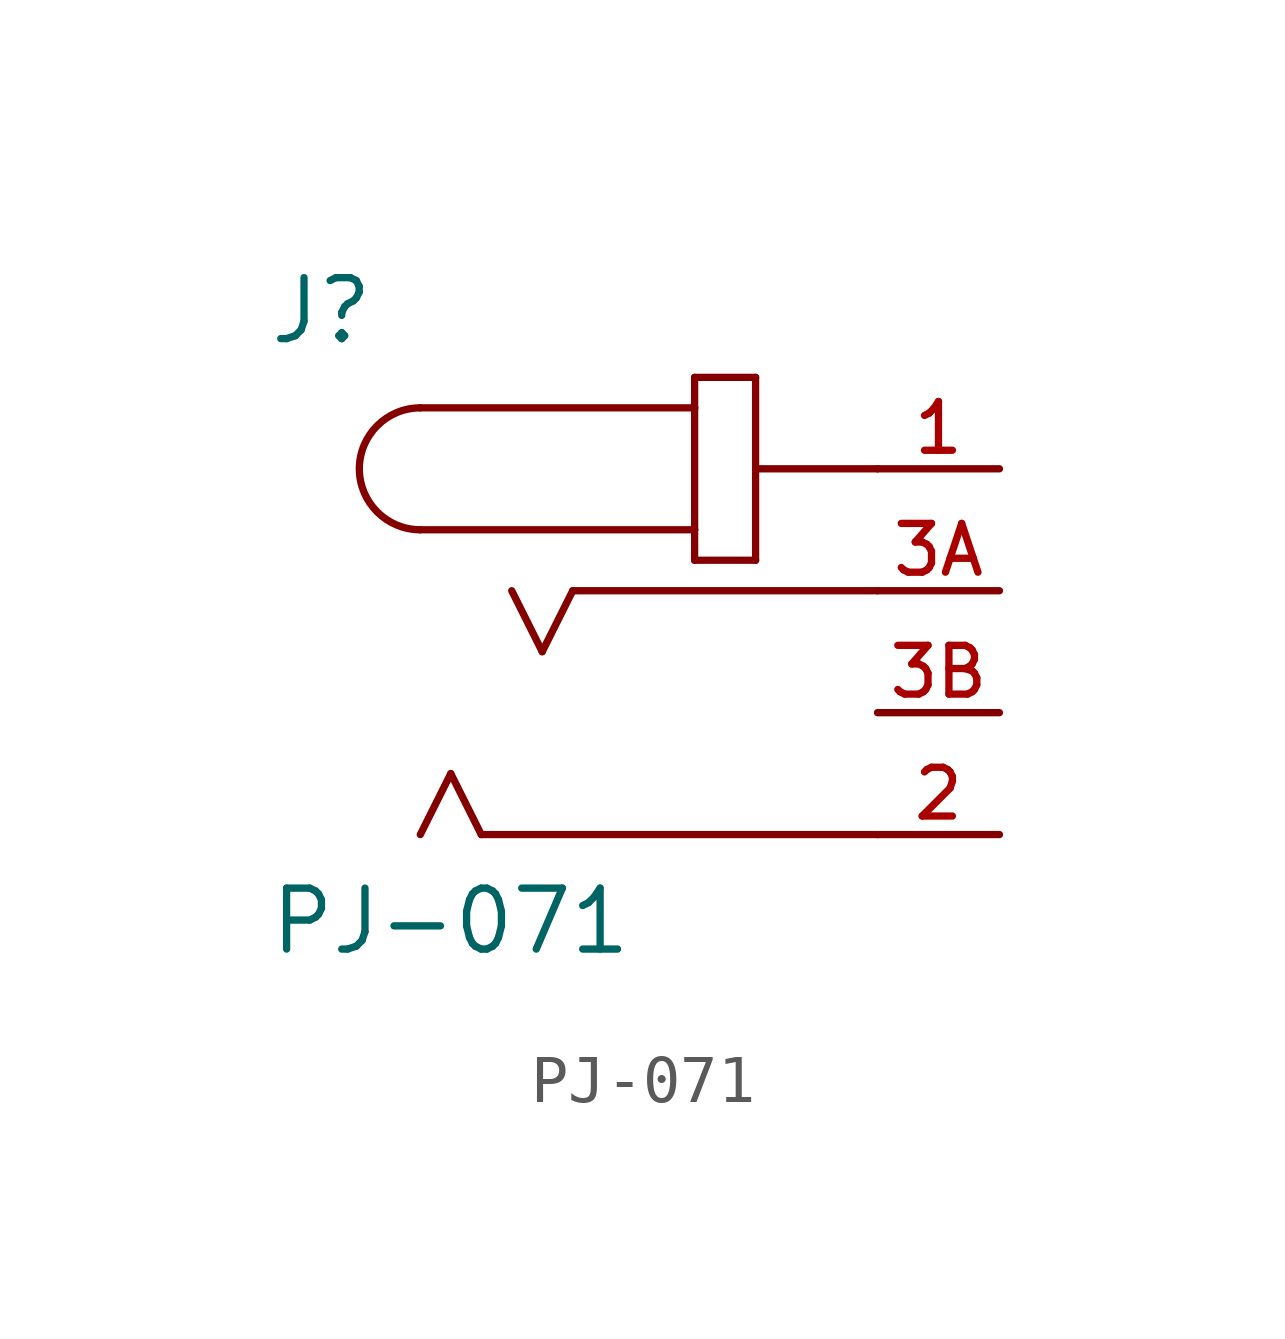
<source format=kicad_sym>
(kicad_symbol_lib
  (version 20211014)
  (generator kicad_symbol_editor)
  (symbol "PJ-071"
    (pin_names
      (offset 1.016))
    (property "Reference" "J"
      (at -7.633 5.089 0)
      (effects (font (size 1.27 1.27)) (justify bottom left)))
    (property "Value" "PJ-071"
      (at -7.633 -7.629 0)
      (effects (font (size 1.27 1.27)) (justify bottom left)))
    (symbol "PJ-071_0_0"
      (arc (start -4.445 3.81) (mid -5.715 2.54) (end -4.445 1.27) (stroke (width 0.1524) (type default) (color 0 0 0 0)) (fill (type none)))
      (polyline (pts (xy -4.445 3.81) (xy 1.27 3.81)) (stroke (width 0.152)))
      (polyline (pts (xy 1.27 3.81) (xy 1.27 1.27)) (stroke (width 0.152)))
      (polyline (pts (xy 1.27 1.27) (xy -4.445 1.27)) (stroke (width 0.152)))
      (polyline (pts (xy 1.27 1.27) (xy 1.27 0.635)) (stroke (width 0.152)))
      (polyline (pts (xy 1.27 0.635) (xy 2.54 0.635)) (stroke (width 0.152)))
      (polyline (pts (xy 2.54 0.635) (xy 2.54 2.54)) (stroke (width 0.152)))
      (polyline (pts (xy 2.54 2.54) (xy 2.54 4.445)) (stroke (width 0.152)))
      (polyline (pts (xy 2.54 4.445) (xy 1.27 4.445)) (stroke (width 0.152)))
      (polyline (pts (xy 1.27 4.445) (xy 1.27 3.81)) (stroke (width 0.152)))
      (polyline (pts (xy -3.175 -5.08) (xy -3.81 -3.81)) (stroke (width 0.152)))
      (polyline (pts (xy -3.81 -3.81) (xy -4.445 -5.08)) (stroke (width 0.152)))
      (polyline (pts (xy 5.08 -5.08) (xy -3.175 -5.08)) (stroke (width 0.152)))
      (polyline (pts (xy 5.08 0.0) (xy -1.27 0.0)) (stroke (width 0.152)))
      (polyline (pts (xy -1.905 -1.27) (xy -2.54 0.0)) (stroke (width 0.152)))
      (polyline (pts (xy -1.27 0.0) (xy -1.905 -1.27)) (stroke (width 0.152)))
      (polyline (pts (xy 2.54 2.54) (xy 5.08 2.54)) (stroke (width 0.152)))
      (pin passive line (at 7.62 2.54 180.0) (length 2.54) (name "~" (effects (font (size 1.016 1.016)))) (number "1" (effects (font (size 1.016 1.016)))))
      (pin passive line (at 7.62 0.0 180.0) (length 2.54) (name "~" (effects (font (size 1.016 1.016)))) (number "3A" (effects (font (size 1.016 1.016)))))
      (pin passive line (at 7.62 -5.08 180.0) (length 2.54) (name "~" (effects (font (size 1.016 1.016)))) (number "2" (effects (font (size 1.016 1.016)))))
      (pin passive line (at 7.62 -2.54 180.0) (length 2.54) (name "~" (effects (font (size 1.016 1.016)))) (number "3B" (effects (font (size 1.016 1.016))))))))
</source>
